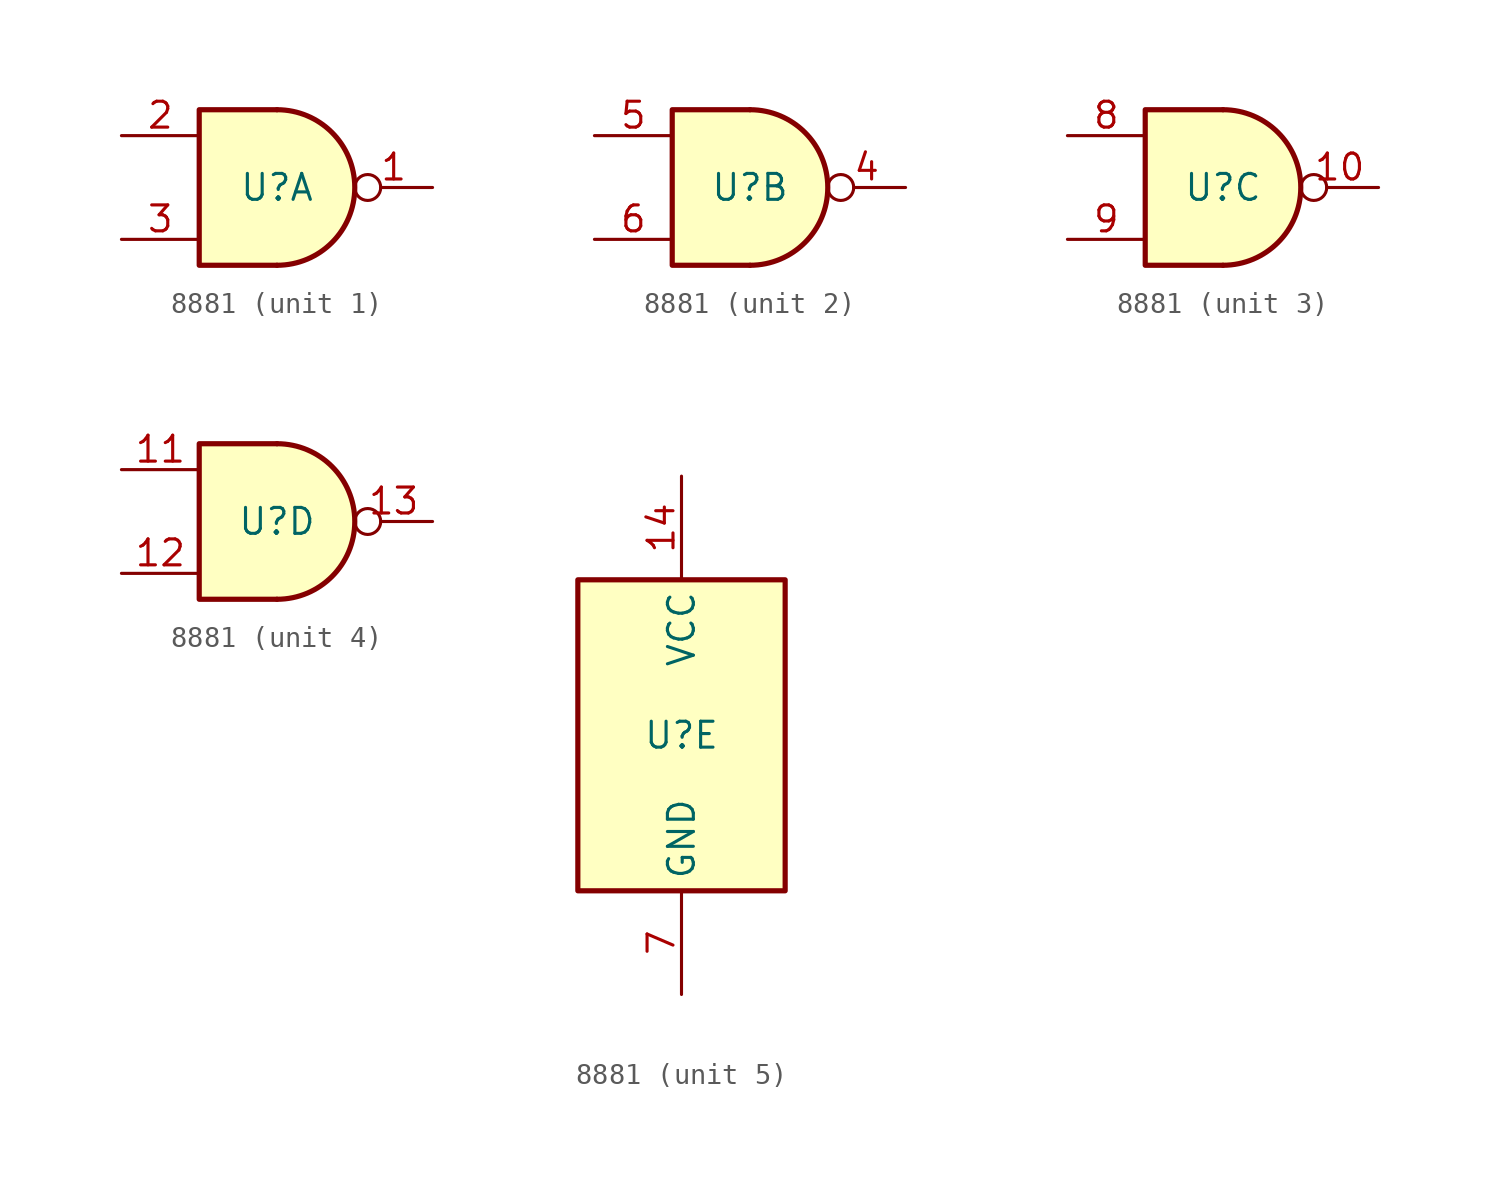
<source format=kicad_sym>
(kicad_symbol_lib
  (version 20231120)
  (generator "kicad_symbol_editor")
  (generator_version "8.0")
  (symbol "8881"
    (property "Reference" "U"
      (at 0 0 0)
      (effects (font (size 1.27 1.27))))
    (property "Value" ""
      (at 0 0 0)
      (effects (font (size 1.27 1.27))))
    (property "ki_locked" ""
      (at 0 0 0)
      (effects (font (size 1.27 1.27))))
    (symbol "8881_1_1"
      (arc (start 0 -3.81) (mid 3.7934 0) (end 0 3.81) (stroke (width 0.254) (type default)) (fill (type background)))
      (polyline (pts (xy 0 3.81) (xy -3.81 3.81) (xy -3.81 -3.81) (xy 0 -3.81)) (stroke (width 0.254) (type default)) (fill (type background)))
      (pin output inverted (at 7.62 0 180) (length 3.81) (name "~" (effects (font (size 1.27 1.27)))) (number "1" (effects (font (size 1.27 1.27)))))
      (pin input line (at -7.62 2.54 0) (length 3.81) (name "~" (effects (font (size 1.27 1.27)))) (number "2" (effects (font (size 1.27 1.27)))))
      (pin input line (at -7.62 -2.54 0) (length 3.81) (name "~" (effects (font (size 1.27 1.27)))) (number "3" (effects (font (size 1.27 1.27))))))
    (symbol "8881_2_1"
      (arc (start 0 -3.81) (mid 3.7934 0) (end 0 3.81) (stroke (width 0.254) (type default)) (fill (type background)))
      (polyline (pts (xy 0 3.81) (xy -3.81 3.81) (xy -3.81 -3.81) (xy 0 -3.81)) (stroke (width 0.254) (type default)) (fill (type background)))
      (pin output inverted (at 7.62 0 180) (length 3.81) (name "~" (effects (font (size 1.27 1.27)))) (number "4" (effects (font (size 1.27 1.27)))))
      (pin input line (at -7.62 2.54 0) (length 3.81) (name "~" (effects (font (size 1.27 1.27)))) (number "5" (effects (font (size 1.27 1.27)))))
      (pin input line (at -7.62 -2.54 0) (length 3.81) (name "~" (effects (font (size 1.27 1.27)))) (number "6" (effects (font (size 1.27 1.27))))))
    (symbol "8881_3_1"
      (arc (start 0 -3.81) (mid 3.7934 0) (end 0 3.81) (stroke (width 0.254) (type default)) (fill (type background)))
      (polyline (pts (xy 0 3.81) (xy -3.81 3.81) (xy -3.81 -3.81) (xy 0 -3.81)) (stroke (width 0.254) (type default)) (fill (type background)))
      (pin output inverted (at 7.62 0 180) (length 3.81) (name "~" (effects (font (size 1.27 1.27)))) (number "10" (effects (font (size 1.27 1.27)))))
      (pin input line (at -7.62 2.54 0) (length 3.81) (name "~" (effects (font (size 1.27 1.27)))) (number "8" (effects (font (size 1.27 1.27)))))
      (pin input line (at -7.62 -2.54 0) (length 3.81) (name "~" (effects (font (size 1.27 1.27)))) (number "9" (effects (font (size 1.27 1.27))))))
    (symbol "8881_4_1"
      (arc (start 0 -3.81) (mid 3.7934 0) (end 0 3.81) (stroke (width 0.254) (type default)) (fill (type background)))
      (polyline (pts (xy 0 3.81) (xy -3.81 3.81) (xy -3.81 -3.81) (xy 0 -3.81)) (stroke (width 0.254) (type default)) (fill (type background)))
      (pin input line (at -7.62 2.54 0) (length 3.81) (name "~" (effects (font (size 1.27 1.27)))) (number "11" (effects (font (size 1.27 1.27)))))
      (pin input line (at -7.62 -2.54 0) (length 3.81) (name "~" (effects (font (size 1.27 1.27)))) (number "12" (effects (font (size 1.27 1.27)))))
      (pin output inverted (at 7.62 0 180) (length 3.81) (name "~" (effects (font (size 1.27 1.27)))) (number "13" (effects (font (size 1.27 1.27))))))
    (symbol "8881_5_0"
      (pin power_in line (at 0 12.7 270) (length 5.08) (name "VCC" (effects (font (size 1.27 1.27)))) (number "14" (effects (font (size 1.27 1.27)))))
      (pin power_in line (at 0 -12.7 90) (length 5.08) (name "GND" (effects (font (size 1.27 1.27)))) (number "7" (effects (font (size 1.27 1.27))))))
    (symbol "8881_5_1"
      (rectangle (start -5.08 7.62) (end 5.08 -7.62) (stroke (width 0.254) (type default)) (fill (type background))))))
</source>
